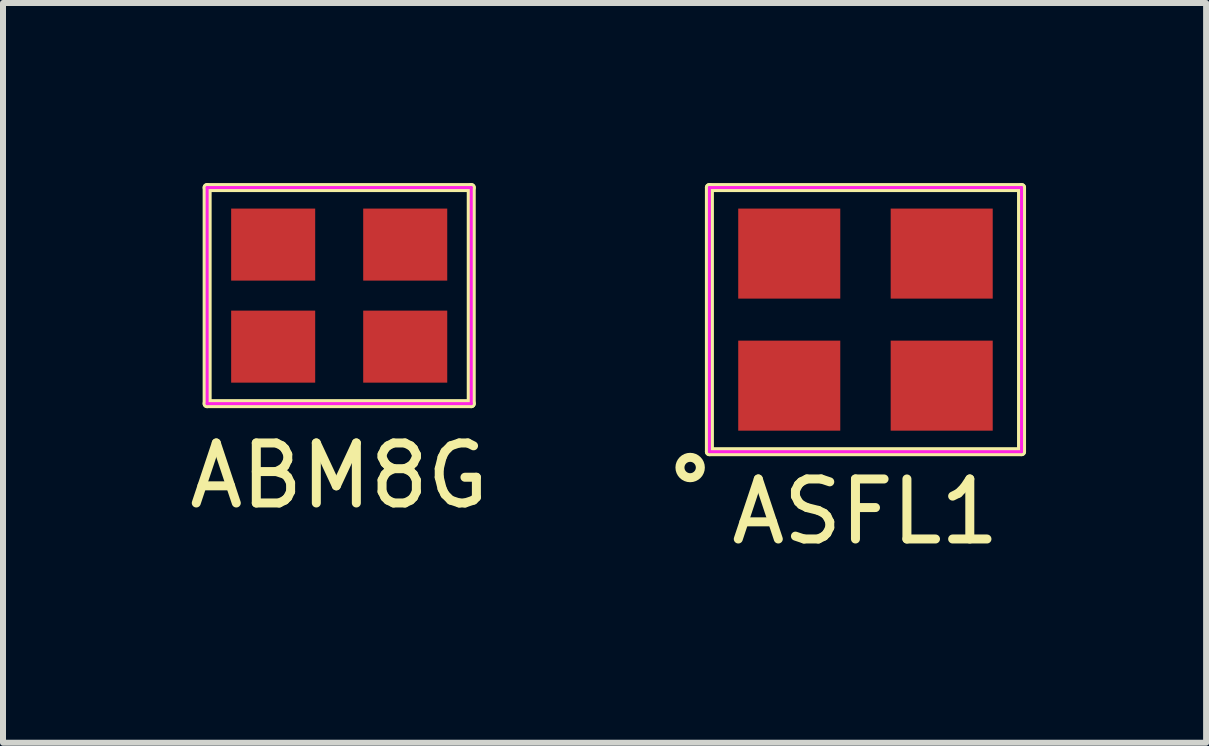
<source format=kicad_pcb>
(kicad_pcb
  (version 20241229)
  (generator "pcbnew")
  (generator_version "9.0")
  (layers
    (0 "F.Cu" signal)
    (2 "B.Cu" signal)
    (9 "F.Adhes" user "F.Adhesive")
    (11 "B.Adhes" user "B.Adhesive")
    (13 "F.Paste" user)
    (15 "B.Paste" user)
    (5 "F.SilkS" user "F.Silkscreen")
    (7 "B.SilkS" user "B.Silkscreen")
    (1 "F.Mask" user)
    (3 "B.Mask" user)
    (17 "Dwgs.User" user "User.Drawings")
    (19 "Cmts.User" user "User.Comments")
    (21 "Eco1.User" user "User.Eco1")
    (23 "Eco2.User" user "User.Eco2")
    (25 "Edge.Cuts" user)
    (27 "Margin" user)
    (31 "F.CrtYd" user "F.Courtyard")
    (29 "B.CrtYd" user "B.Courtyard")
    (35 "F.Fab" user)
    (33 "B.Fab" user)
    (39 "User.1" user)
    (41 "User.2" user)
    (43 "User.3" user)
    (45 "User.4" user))
  (footprint "ASFL1"
    (layer "F.Cu")
    (at 11.369 2.275)
    (property "Reference" "ASFL1" (at 0 3.2 0) (layer "F.SilkS") (effects (font (size 1 1) (thickness 0.15))))
    (attr smd)
    (fp_line (start -2.6 -2.2) (end -2.6 2.2) (stroke (width 0.15) (type solid)) (layer "F.SilkS"))
    (fp_line (start -2.6 -2.2) (end 2.6 -2.2) (stroke (width 0.15) (type solid)) (layer "F.SilkS"))
    (fp_line (start -2.6 2.2) (end 2.6 2.2) (stroke (width 0.15) (type solid)) (layer "F.SilkS"))
    (fp_line (start 2.6 -2.2) (end 2.6 2.2) (stroke (width 0.15) (type solid)) (layer "F.SilkS"))
    (fp_circle (center -2.921 2.464) (end -2.997 2.616) (stroke (width 0.15) (type solid)) (fill no) (layer "F.SilkS"))
    (fp_line (start -2.6 -2.2) (end -2.6 2.2) (stroke (width 0.05) (type solid)) (layer "F.CrtYd"))
    (fp_line (start -2.6 2.2) (end 2.6 2.2) (stroke (width 0.05) (type solid)) (layer "F.CrtYd"))
    (fp_line (start 2.6 -2.2) (end -2.6 -2.2) (stroke (width 0.05) (type solid)) (layer "F.CrtYd"))
    (fp_line (start 2.6 2.2) (end 2.6 -2.2) (stroke (width 0.05) (type solid)) (layer "F.CrtYd"))
    (pad "1" smd rect (at -1.27 1.1) (size 1.7 1.5) (layers "F.Cu" "F.Mask" "F.Paste"))
    (pad "2" smd rect (at 1.27 1.1) (size 1.7 1.5) (layers "F.Cu" "F.Mask" "F.Paste"))
    (pad "3" smd rect (at 1.27 -1.1) (size 1.7 1.5) (layers "F.Cu" "F.Mask" "F.Paste"))
    (pad "4" smd rect (at -1.27 -1.1) (size 1.7 1.5) (layers "F.Cu" "F.Mask" "F.Paste")))
  (footprint "ABM8G"
    (layer "F.Cu")
    (at 2.601 1.875)
    (property "Reference" "ABM8G" (at 0 3 0) (layer "F.SilkS") (effects (font (size 1 1) (thickness 0.15))))
    (attr smd)
    (fp_line (start -2.2 -1.8) (end -2.2 1.8) (stroke (width 0.15) (type solid)) (layer "F.SilkS"))
    (fp_line (start 2.2 -1.8) (end -2.2 -1.8) (stroke (width 0.15) (type solid)) (layer "F.SilkS"))
    (fp_line (start 2.2 1.8) (end -2.2 1.8) (stroke (width 0.15) (type solid)) (layer "F.SilkS"))
    (fp_line (start 2.2 1.8) (end 2.2 -1.8) (stroke (width 0.15) (type solid)) (layer "F.SilkS"))
    (fp_line (start -2.2 -1.8) (end -2.2 1.8) (stroke (width 0.05) (type solid)) (layer "F.CrtYd"))
    (fp_line (start 2.2 -1.8) (end -2.2 -1.8) (stroke (width 0.05) (type solid)) (layer "F.CrtYd"))
    (fp_line (start 2.2 1.8) (end -2.2 1.8) (stroke (width 0.05) (type solid)) (layer "F.CrtYd"))
    (fp_line (start 2.2 1.8) (end 2.2 -1.8) (stroke (width 0.05) (type solid)) (layer "F.CrtYd"))
    (pad "1" smd rect (at -1.1 0.85) (size 1.4 1.2) (layers "F.Cu" "F.Mask" "F.Paste"))
    (pad "2" smd rect (at 1.1 0.85) (size 1.4 1.2) (layers "F.Cu" "F.Mask" "F.Paste"))
    (pad "3" smd rect (at 1.1 -0.85) (size 1.4 1.2) (layers "F.Cu" "F.Mask" "F.Paste"))
    (pad "4" smd rect (at -1.1 -0.85) (size 1.4 1.2) (layers "F.Cu" "F.Mask" "F.Paste")))
  (gr_rect
    (start -3 -3)
    (end 17.044 9.324)
    (stroke (width 0.1) (type default))
    (fill no)
    (layer "Edge.Cuts")))
</source>
